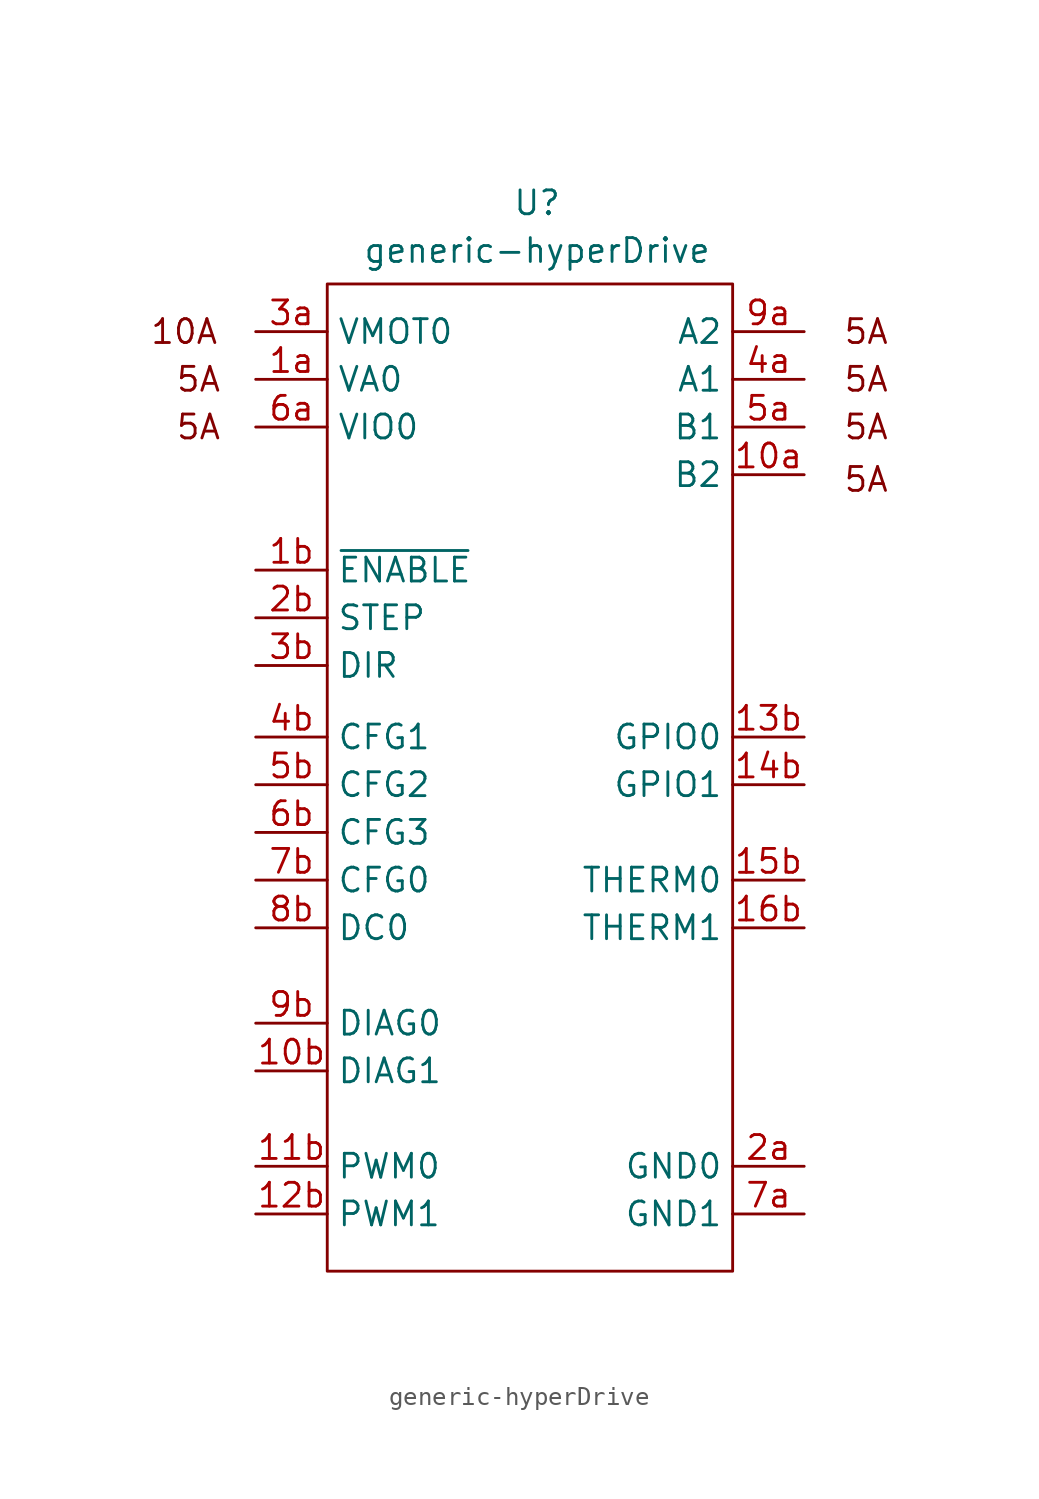
<source format=kicad_sym>
(kicad_symbol_lib
  (version 20231120)
  (generator "kicad_symbol_editor")
  (generator_version "8.0")
  (symbol "generic-hyperDrive"
    (property "Reference" "U"
      (at 11.176 4.318 0)
      (effects (font (size 1.27 1.27))))
    (property "Value" "generic-hyperDrive"
      (at 11.176 1.778 0)
      (effects (font (size 1.27 1.27))))
    (symbol "generic-hyperDrive_0_1"
      (rectangle (start 0 0) (end 21.59 -52.578) (stroke (width 0) (type default)) (fill (type none))))
    (symbol "generic-hyperDrive_1_1"
      (text "10A" (at -7.62 -2.54 0) (effects (font (size 1.27 1.27))))
      (text "5A" (at -6.858 -7.62 0) (effects (font (size 1.27 1.27))))
      (text "5A" (at -6.858 -5.08 0) (effects (font (size 1.27 1.27))))
      (text "5A" (at 28.702 -10.414 0) (effects (font (size 1.27 1.27))))
      (text "5A" (at 28.702 -7.62 0) (effects (font (size 1.27 1.27))))
      (text "5A" (at 28.702 -5.08 0) (effects (font (size 1.27 1.27))))
      (text "5A" (at 28.702 -2.54 0) (effects (font (size 1.27 1.27))))
      (pin output line (at 25.4 -10.16 180) (length 3.81) (name "B2" (effects (font (size 1.27 1.27)))) (number "10a" (effects (font (size 1.27 1.27)))))
      (pin input line (at -3.81 -41.91 0) (length 3.81) (name "DIAG1" (effects (font (size 1.27 1.27)))) (number "10b" (effects (font (size 1.27 1.27)))))
      (pin input line (at -3.81 -46.99 0) (length 3.81) (name "PWM0" (effects (font (size 1.27 1.27)))) (number "11b" (effects (font (size 1.27 1.27)))))
      (pin input line (at -3.81 -49.53 0) (length 3.81) (name "PWM1" (effects (font (size 1.27 1.27)))) (number "12b" (effects (font (size 1.27 1.27)))))
      (pin unspecified line (at 25.4 -24.13 180) (length 3.81) (name "GPIO0" (effects (font (size 1.27 1.27)))) (number "13b" (effects (font (size 1.27 1.27)))))
      (pin unspecified line (at 25.4 -26.67 180) (length 3.81) (name "GPIO1" (effects (font (size 1.27 1.27)))) (number "14b" (effects (font (size 1.27 1.27)))))
      (pin output line (at 25.4 -31.75 180) (length 3.81) (name "THERM0" (effects (font (size 1.27 1.27)))) (number "15b" (effects (font (size 1.27 1.27)))))
      (pin output line (at 25.4 -34.29 180) (length 3.81) (name "THERM1" (effects (font (size 1.27 1.27)))) (number "16b" (effects (font (size 1.27 1.27)))))
      (pin power_in line (at -3.81 -5.08 0) (length 3.81) (name "VA0" (effects (font (size 1.27 1.27)))) (number "1a" (effects (font (size 1.27 1.27)))))
      (pin input line (at -3.81 -15.24 0) (length 3.81) (name "~{ENABLE}" (effects (font (size 1.27 1.27)))) (number "1b" (effects (font (size 1.27 1.27)))))
      (pin power_in line (at 25.4 -46.99 180) (length 3.81) (name "GND0" (effects (font (size 1.27 1.27)))) (number "2a" (effects (font (size 1.27 1.27)))))
      (pin input line (at -3.81 -17.78 0) (length 3.81) (name "STEP" (effects (font (size 1.27 1.27)))) (number "2b" (effects (font (size 1.27 1.27)))))
      (pin power_in line (at -3.81 -2.54 0) (length 3.81) (name "VMOT0" (effects (font (size 1.27 1.27)))) (number "3a" (effects (font (size 1.27 1.27)))))
      (pin input line (at -3.81 -20.32 0) (length 3.81) (name "DIR" (effects (font (size 1.27 1.27)))) (number "3b" (effects (font (size 1.27 1.27)))))
      (pin output line (at 25.4 -5.08 180) (length 3.81) (name "A1" (effects (font (size 1.27 1.27)))) (number "4a" (effects (font (size 1.27 1.27)))))
      (pin unspecified line (at -3.81 -24.13 0) (length 3.81) (name "CFG1" (effects (font (size 1.27 1.27)))) (number "4b" (effects (font (size 1.27 1.27)))))
      (pin output line (at 25.4 -7.62 180) (length 3.81) (name "B1" (effects (font (size 1.27 1.27)))) (number "5a" (effects (font (size 1.27 1.27)))))
      (pin unspecified line (at -3.81 -26.67 0) (length 3.81) (name "CFG2" (effects (font (size 1.27 1.27)))) (number "5b" (effects (font (size 1.27 1.27)))))
      (pin power_in line (at -3.81 -7.62 0) (length 3.81) (name "VIO0" (effects (font (size 1.27 1.27)))) (number "6a" (effects (font (size 1.27 1.27)))))
      (pin unspecified line (at -3.81 -29.21 0) (length 3.81) (name "CFG3" (effects (font (size 1.27 1.27)))) (number "6b" (effects (font (size 1.27 1.27)))))
      (pin power_in line (at 25.4 -49.53 180) (length 3.81) (name "GND1" (effects (font (size 1.27 1.27)))) (number "7a" (effects (font (size 1.27 1.27)))))
      (pin unspecified line (at -3.81 -31.75 0) (length 3.81) (name "CFG0" (effects (font (size 1.27 1.27)))) (number "7b" (effects (font (size 1.27 1.27)))))
      (pin power_in line (at -3.81 -2.54 0) (length 3.81) hide (name "VMOT0" (effects (font (size 1.27 1.27)))) (number "8a" (effects (font (size 1.27 1.27)))))
      (pin unspecified line (at -3.81 -34.29 0) (length 3.81) (name "DC0" (effects (font (size 1.27 1.27)))) (number "8b" (effects (font (size 1.27 1.27)))))
      (pin output line (at 25.4 -2.54 180) (length 3.81) (name "A2" (effects (font (size 1.27 1.27)))) (number "9a" (effects (font (size 1.27 1.27)))))
      (pin input line (at -3.81 -39.37 0) (length 3.81) (name "DIAG0" (effects (font (size 1.27 1.27)))) (number "9b" (effects (font (size 1.27 1.27))))))))
</source>
